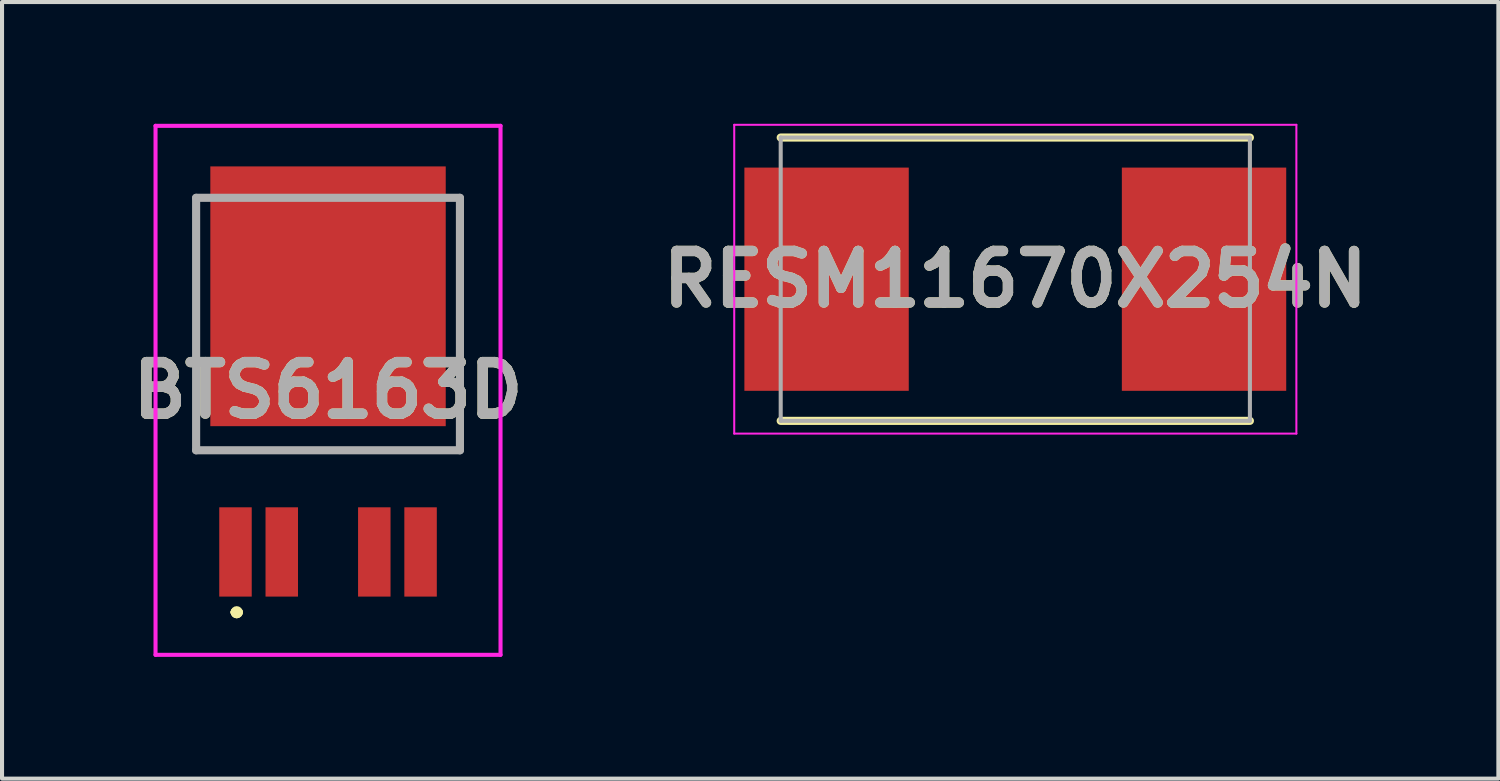
<source format=kicad_pcb>
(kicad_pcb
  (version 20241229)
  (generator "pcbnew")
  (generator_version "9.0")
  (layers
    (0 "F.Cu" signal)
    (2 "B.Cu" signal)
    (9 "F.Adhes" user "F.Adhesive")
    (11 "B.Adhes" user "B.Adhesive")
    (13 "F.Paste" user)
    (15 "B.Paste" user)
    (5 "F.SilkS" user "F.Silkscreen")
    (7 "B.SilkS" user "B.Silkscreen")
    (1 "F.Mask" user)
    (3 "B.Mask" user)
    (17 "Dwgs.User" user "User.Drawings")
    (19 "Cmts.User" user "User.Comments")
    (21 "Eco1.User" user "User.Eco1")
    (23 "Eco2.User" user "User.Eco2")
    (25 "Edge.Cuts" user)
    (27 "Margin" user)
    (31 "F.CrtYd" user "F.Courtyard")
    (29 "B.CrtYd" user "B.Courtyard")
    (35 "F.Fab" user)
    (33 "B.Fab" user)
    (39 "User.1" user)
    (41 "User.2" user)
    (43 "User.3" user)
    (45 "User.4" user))
  (footprint "RESM11670X254N"
    (layer "F.Cu")
    (at 21.965 3.829)
    (property "Reference" "RESM11670X254N" (at 0 0 0) (layer "F.SilkS") (effects (font (size 1.27 1.27) (thickness 0.254))))
    (attr smd)
    (fp_line (start -5.78 3.49) (end 5.78 3.49) (stroke (width 0.2) (type solid)) (layer "F.SilkS"))
    (fp_line (start 5.78 -3.49) (end -5.78 -3.49) (stroke (width 0.2) (type solid)) (layer "F.SilkS"))
    (fp_line (start -6.925 -3.804) (end 6.925 -3.804) (stroke (width 0.05) (type solid)) (layer "F.CrtYd"))
    (fp_line (start -6.925 3.804) (end -6.925 -3.804) (stroke (width 0.05) (type solid)) (layer "F.CrtYd"))
    (fp_line (start 6.925 -3.804) (end 6.925 3.804) (stroke (width 0.05) (type solid)) (layer "F.CrtYd"))
    (fp_line (start 6.925 3.804) (end -6.925 3.804) (stroke (width 0.05) (type solid)) (layer "F.CrtYd"))
    (fp_line (start -5.78 -3.49) (end 5.78 -3.49) (stroke (width 0.1) (type solid)) (layer "F.Fab"))
    (fp_line (start -5.78 3.49) (end -5.78 -3.49) (stroke (width 0.1) (type solid)) (layer "F.Fab"))
    (fp_line (start 5.78 -3.49) (end 5.78 3.49) (stroke (width 0.1) (type solid)) (layer "F.Fab"))
    (fp_line (start 5.78 3.49) (end -5.78 3.49) (stroke (width 0.1) (type solid)) (layer "F.Fab"))
    (fp_text user "${REFERENCE}" (at 0 0 0) (layer "F.Fab") (effects (font (size 1.27 1.27) (thickness 0.254))))
    (pad "1" smd rect (at -4.65 0) (size 4.05 5.5) (layers "F.Cu" "F.Mask" "F.Paste"))
    (pad "2" smd rect (at 4.65 0) (size 4.05 5.5) (layers "F.Cu" "F.Mask" "F.Paste")))
  (footprint "BTS6163D"
    (layer "F.Cu")
    (at 5.032 4.934)
    (property "Reference" "BTS6163D" (at 0 1.633 0) (layer "F.SilkS") (effects (font (size 1.27 1.27) (thickness 0.254))))
    (attr smd)
    (fp_line (start -3.25 -3.11) (end -3.25 -3.11) (stroke (width 0.1) (type solid)) (layer "F.SilkS"))
    (fp_line (start -3.25 -3.11) (end -3.25 3.066) (stroke (width 0.1) (type solid)) (layer "F.SilkS"))
    (fp_line (start -3.25 3.066) (end -3.25 -3.11) (stroke (width 0.1) (type solid)) (layer "F.SilkS"))
    (fp_line (start -3.25 3.066) (end -3.25 3.066) (stroke (width 0.1) (type solid)) (layer "F.SilkS"))
    (fp_line (start -3.25 3.11) (end -3.25 3.11) (stroke (width 0.1) (type solid)) (layer "F.SilkS"))
    (fp_line (start -3.25 3.11) (end 3.25 3.11) (stroke (width 0.1) (type solid)) (layer "F.SilkS"))
    (fp_line (start -2.3 7.1) (end -2.3 7.1) (stroke (width 0.2) (type solid)) (layer "F.SilkS"))
    (fp_line (start -2.3 7.1) (end -2.3 7.1) (stroke (width 0.2) (type solid)) (layer "F.SilkS"))
    (fp_line (start -2.2 7.1) (end -2.2 7.1) (stroke (width 0.2) (type solid)) (layer "F.SilkS"))
    (fp_line (start 3.25 -3.11) (end 3.25 -3.11) (stroke (width 0.1) (type solid)) (layer "F.SilkS"))
    (fp_line (start 3.25 -3.11) (end 3.25 3.11) (stroke (width 0.1) (type solid)) (layer "F.SilkS"))
    (fp_line (start 3.25 3.11) (end -3.25 3.11) (stroke (width 0.1) (type solid)) (layer "F.SilkS"))
    (fp_line (start 3.25 3.11) (end 3.25 -3.11) (stroke (width 0.1) (type solid)) (layer "F.SilkS"))
    (fp_line (start 3.25 3.11) (end 3.25 3.11) (stroke (width 0.1) (type solid)) (layer "F.SilkS"))
    (fp_line (start 3.25 3.11) (end 3.25 3.11) (stroke (width 0.1) (type solid)) (layer "F.SilkS"))
    (fp_arc (start -2.3 7.1) (mid -2.25 7.05) (end -2.2 7.1) (stroke (width 0.2) (type solid)) (layer "F.SilkS"))
    (fp_arc (start -2.2 7.1) (mid -2.25 7.15) (end -2.3 7.1) (stroke (width 0.2) (type solid)) (layer "F.SilkS"))
    (fp_arc (start -2.2 7.1) (mid -2.25 7.15) (end -2.3 7.1) (stroke (width 0.2) (type solid)) (layer "F.SilkS"))
    (fp_line (start -4.25 -4.884) (end 4.25 -4.884) (stroke (width 0.1) (type solid)) (layer "F.CrtYd"))
    (fp_line (start -4.25 8.15) (end -4.25 -4.884) (stroke (width 0.1) (type solid)) (layer "F.CrtYd"))
    (fp_line (start 4.25 -4.884) (end 4.25 8.15) (stroke (width 0.1) (type solid)) (layer "F.CrtYd"))
    (fp_line (start 4.25 8.15) (end -4.25 8.15) (stroke (width 0.1) (type solid)) (layer "F.CrtYd"))
    (fp_line (start -3.25 -3.11) (end -3.25 3.11) (stroke (width 0.2) (type solid)) (layer "F.Fab"))
    (fp_line (start -3.25 3.11) (end 3.25 3.11) (stroke (width 0.2) (type solid)) (layer "F.Fab"))
    (fp_line (start 3.25 -3.11) (end -3.25 -3.11) (stroke (width 0.2) (type solid)) (layer "F.Fab"))
    (fp_line (start 3.25 3.11) (end 3.25 -3.11) (stroke (width 0.2) (type solid)) (layer "F.Fab"))
    (fp_text user "${REFERENCE}" (at 0 1.633 0) (layer "F.Fab") (effects (font (size 1.27 1.27) (thickness 0.254))))
    (pad "1" smd rect (at -2.28 5.615) (size 0.8 2.2) (layers "F.Cu" "F.Mask" "F.Paste"))
    (pad "2" smd rect (at -1.14 5.615) (size 0.8 2.2) (layers "F.Cu" "F.Mask" "F.Paste"))
    (pad "3" smd rect (at 0 -0.684) (size 5.8 6.4) (layers "F.Cu" "F.Mask" "F.Paste"))
    (pad "4" smd rect (at 1.14 5.615) (size 0.8 2.2) (layers "F.Cu" "F.Mask" "F.Paste"))
    (pad "5" smd rect (at 2.28 5.615) (size 0.8 2.2) (layers "F.Cu" "F.Mask" "F.Paste")))
  (gr_rect
    (start -3 -3)
    (end 33.867 16.134)
    (stroke (width 0.1) (type default))
    (fill no)
    (layer "Edge.Cuts")))
</source>
